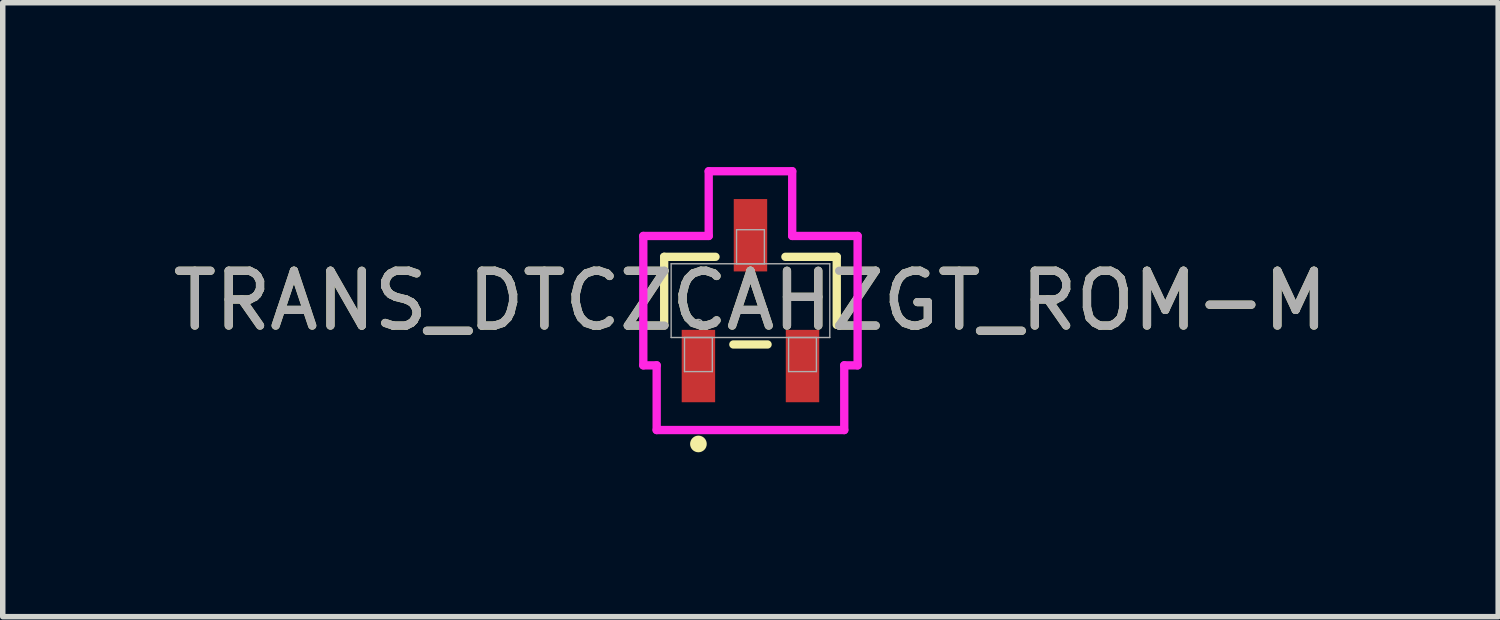
<source format=kicad_pcb>
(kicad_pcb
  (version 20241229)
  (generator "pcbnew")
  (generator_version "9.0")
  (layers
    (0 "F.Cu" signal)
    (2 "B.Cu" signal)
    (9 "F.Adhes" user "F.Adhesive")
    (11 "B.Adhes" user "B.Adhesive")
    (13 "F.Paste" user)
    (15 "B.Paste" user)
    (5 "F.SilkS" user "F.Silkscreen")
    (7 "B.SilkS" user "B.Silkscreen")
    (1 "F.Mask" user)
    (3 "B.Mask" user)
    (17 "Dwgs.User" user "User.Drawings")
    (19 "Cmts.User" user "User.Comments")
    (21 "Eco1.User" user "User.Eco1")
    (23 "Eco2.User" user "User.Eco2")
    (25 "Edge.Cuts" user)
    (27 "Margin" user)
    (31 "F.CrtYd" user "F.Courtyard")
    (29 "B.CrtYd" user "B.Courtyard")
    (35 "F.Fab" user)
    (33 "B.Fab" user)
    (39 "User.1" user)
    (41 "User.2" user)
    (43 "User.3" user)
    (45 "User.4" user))
  (footprint "TRANS_DTCZCAHZGT_ROM-M"
    (layer "F.Cu")
    (at 10.649 2.438)
    (property "Reference" "TRANS_DTCZCAHZGT_ROM-M" (at 0 0 0) (unlocked yes) (layer "F.SilkS") (effects (font (size 1 1) (thickness 0.15))))
    (attr smd)
    (fp_line (start -1.575 -0.8) (end -1.575 0.442) (stroke (width 0.152) (type solid)) (layer "F.SilkS"))
    (fp_line (start -0.638 -0.8) (end -1.575 -0.8) (stroke (width 0.152) (type solid)) (layer "F.SilkS"))
    (fp_line (start -0.312 0.8) (end 0.312 0.8) (stroke (width 0.152) (type solid)) (layer "F.SilkS"))
    (fp_line (start 1.575 -0.8) (end 0.638 -0.8) (stroke (width 0.152) (type solid)) (layer "F.SilkS"))
    (fp_line (start 1.575 0.442) (end 1.575 -0.8) (stroke (width 0.152) (type solid)) (layer "F.SilkS"))
    (fp_circle (center -0.95 2.616) (end -0.874 2.616) (stroke (width 0.152) (type solid)) (fill no) (layer "F.SilkS"))
    (fp_line (start -1.956 -1.181) (end -0.762 -1.181) (stroke (width 0.152) (type solid)) (layer "F.CrtYd"))
    (fp_line (start -1.956 1.181) (end -1.956 -1.181) (stroke (width 0.152) (type solid)) (layer "F.CrtYd"))
    (fp_line (start -1.956 1.181) (end -1.712 1.181) (stroke (width 0.152) (type solid)) (layer "F.CrtYd"))
    (fp_line (start -1.712 1.181) (end -1.712 2.362) (stroke (width 0.152) (type solid)) (layer "F.CrtYd"))
    (fp_line (start -1.712 2.362) (end 1.712 2.362) (stroke (width 0.152) (type solid)) (layer "F.CrtYd"))
    (fp_line (start -0.762 -2.362) (end 0.762 -2.362) (stroke (width 0.152) (type solid)) (layer "F.CrtYd"))
    (fp_line (start -0.762 -1.181) (end -0.762 -2.362) (stroke (width 0.152) (type solid)) (layer "F.CrtYd"))
    (fp_line (start 0.762 -1.181) (end 0.762 -2.362) (stroke (width 0.152) (type solid)) (layer "F.CrtYd"))
    (fp_line (start 1.712 1.181) (end 1.712 2.362) (stroke (width 0.152) (type solid)) (layer "F.CrtYd"))
    (fp_line (start 1.956 -1.181) (end 0.762 -1.181) (stroke (width 0.152) (type solid)) (layer "F.CrtYd"))
    (fp_line (start 1.956 -1.181) (end 1.956 1.181) (stroke (width 0.152) (type solid)) (layer "F.CrtYd"))
    (fp_line (start 1.956 1.181) (end 1.712 1.181) (stroke (width 0.152) (type solid)) (layer "F.CrtYd"))
    (fp_line (start -1.448 -0.673) (end -1.448 0.673) (stroke (width 0.025) (type solid)) (layer "F.Fab"))
    (fp_line (start -1.448 0.673) (end 1.448 0.673) (stroke (width 0.025) (type solid)) (layer "F.Fab"))
    (fp_line (start -1.204 0.673) (end -1.204 1.295) (stroke (width 0.025) (type solid)) (layer "F.Fab"))
    (fp_line (start -1.204 1.295) (end -0.696 1.295) (stroke (width 0.025) (type solid)) (layer "F.Fab"))
    (fp_line (start -0.696 0.673) (end -1.204 0.673) (stroke (width 0.025) (type solid)) (layer "F.Fab"))
    (fp_line (start -0.696 1.295) (end -0.696 0.673) (stroke (width 0.025) (type solid)) (layer "F.Fab"))
    (fp_line (start -0.254 -1.295) (end -0.254 -0.673) (stroke (width 0.025) (type solid)) (layer "F.Fab"))
    (fp_line (start -0.254 -0.673) (end 0.254 -0.673) (stroke (width 0.025) (type solid)) (layer "F.Fab"))
    (fp_line (start 0.254 -1.295) (end -0.254 -1.295) (stroke (width 0.025) (type solid)) (layer "F.Fab"))
    (fp_line (start 0.254 -0.673) (end 0.254 -1.295) (stroke (width 0.025) (type solid)) (layer "F.Fab"))
    (fp_line (start 0.696 0.673) (end 0.696 1.295) (stroke (width 0.025) (type solid)) (layer "F.Fab"))
    (fp_line (start 0.696 1.295) (end 1.204 1.295) (stroke (width 0.025) (type solid)) (layer "F.Fab"))
    (fp_line (start 1.204 0.673) (end 0.696 0.673) (stroke (width 0.025) (type solid)) (layer "F.Fab"))
    (fp_line (start 1.204 1.295) (end 1.204 0.673) (stroke (width 0.025) (type solid)) (layer "F.Fab"))
    (fp_line (start 1.448 -0.673) (end -1.448 -0.673) (stroke (width 0.025) (type solid)) (layer "F.Fab"))
    (fp_line (start 1.448 0.673) (end 1.448 -0.673) (stroke (width 0.025) (type solid)) (layer "F.Fab"))
    (fp_circle (center -0.95 0.419) (end -0.874 0.419) (stroke (width 0.025) (type solid)) (fill no) (layer "F.Fab"))
    (fp_text user "${REFERENCE}" (at 0 0 0) (unlocked yes) (layer "F.Fab") (effects (font (size 1 1) (thickness 0.15))))
    (pad "1" smd rect (at -0.95 1.194) (size 0.61 1.321) (layers "F.Cu" "F.Mask" "F.Paste"))
    (pad "2" smd rect (at 0.95 1.194) (size 0.61 1.321) (layers "F.Cu" "F.Mask" "F.Paste"))
    (pad "3" smd rect (at 0 -1.194) (size 0.61 1.321) (layers "F.Cu" "F.Mask" "F.Paste")))
  (gr_rect
    (start -3 -3)
    (end 24.298 8.207)
    (stroke (width 0.1) (type default))
    (fill no)
    (layer "Edge.Cuts")))
</source>
